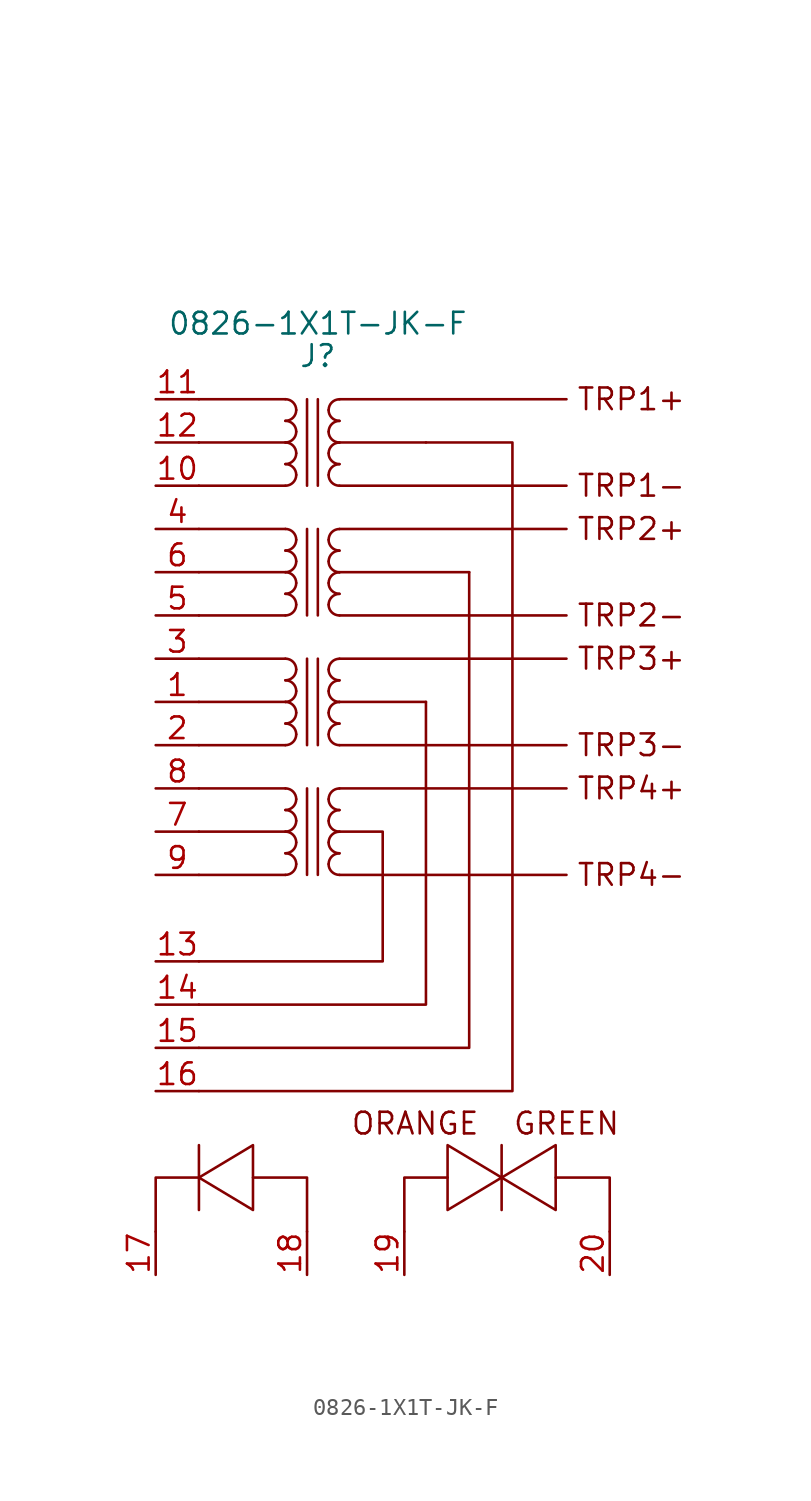
<source format=kicad_sym>
(kicad_symbol_lib
  (version 20200126)
  (host kicad_symbol_editor "5.99.0-unknown-4efed4b~101~ubuntu20.04.1")
  (symbol "h75_poe:0826-1X1T-JK-F"
    (property "Reference" "J"
      (at -2.54 16.51 0))
    (property "Value" "0826-1X1T-JK-F"
      (at -2.54 18.415 0))
    (symbol "0826-1X1T-JK-F_0_1"
      (arc (start -4.445 13.97) (end -3.81 13.335) (radius (at -4.445 13.335) (length 0.635) (angles 90 0)))
      (arc (start -3.81 13.335) (end -4.445 12.7) (radius (at -4.445 13.335) (length 0.635) (angles 0 -90)))
      (arc (start -4.445 12.7) (end -3.81 12.065) (radius (at -4.445 12.065) (length 0.635) (angles 90 0)))
      (arc (start -3.81 12.065) (end -4.445 11.43) (radius (at -4.445 12.065) (length 0.635) (angles 0 -90)))
      (arc (start -4.445 11.43) (end -3.81 10.795) (radius (at -4.445 10.795) (length 0.635) (angles 90 0)))
      (arc (start -3.81 10.795) (end -4.445 10.16) (radius (at -4.445 10.795) (length 0.635) (angles 0 -90)))
      (arc (start -4.445 10.16) (end -3.81 9.525) (radius (at -4.445 9.525) (length 0.635) (angles 90 0)))
      (arc (start -3.81 9.525) (end -4.445 8.89) (radius (at -4.445 9.525) (length 0.635) (angles 0 -90)))
      (arc (start -4.445 6.35) (end -3.81 5.715) (radius (at -4.445 5.715) (length 0.635) (angles 90 0)))
      (arc (start -3.81 5.715) (end -4.445 5.08) (radius (at -4.445 5.715) (length 0.635) (angles 0 -90)))
      (arc (start -4.445 5.08) (end -3.81 4.445) (radius (at -4.445 4.445) (length 0.635) (angles 90 0)))
      (arc (start -3.81 4.445) (end -4.445 3.81) (radius (at -4.445 4.445) (length 0.635) (angles 0 -90)))
      (arc (start -4.445 3.81) (end -3.81 3.175) (radius (at -4.445 3.175) (length 0.635) (angles 90 0)))
      (arc (start -3.81 3.175) (end -4.445 2.54) (radius (at -4.445 3.175) (length 0.635) (angles 0 -90)))
      (arc (start -4.445 2.54) (end -3.81 1.905) (radius (at -4.445 1.905) (length 0.635) (angles 90 0)))
      (arc (start -3.81 1.905) (end -4.445 1.27) (radius (at -4.445 1.905) (length 0.635) (angles 0 -90)))
      (arc (start -4.445 -1.27) (end -3.81 -1.905) (radius (at -4.445 -1.905) (length 0.635) (angles 90 0)))
      (arc (start -3.81 -1.905) (end -4.445 -2.54) (radius (at -4.445 -1.905) (length 0.635) (angles 0 -90)))
      (arc (start -4.445 -2.54) (end -3.81 -3.175) (radius (at -4.445 -3.175) (length 0.635) (angles 90 0)))
      (arc (start -3.81 -3.175) (end -4.445 -3.81) (radius (at -4.445 -3.175) (length 0.635) (angles 0 -90)))
      (arc (start -4.445 -3.81) (end -3.81 -4.445) (radius (at -4.445 -4.445) (length 0.635) (angles 90 0)))
      (arc (start -3.81 -4.445) (end -4.445 -5.08) (radius (at -4.445 -4.445) (length 0.635) (angles 0 -90)))
      (arc (start -4.445 -5.08) (end -3.81 -5.715) (radius (at -4.445 -5.715) (length 0.635) (angles 90 0)))
      (arc (start -3.81 -5.715) (end -4.445 -6.35) (radius (at -4.445 -5.715) (length 0.635) (angles 0 -90)))
      (arc (start -4.445 -8.89) (end -3.81 -9.525) (radius (at -4.445 -9.525) (length 0.635) (angles 90 0)))
      (arc (start -3.81 -9.525) (end -4.445 -10.16) (radius (at -4.445 -9.525) (length 0.635) (angles 0 -90)))
      (arc (start -4.445 -10.16) (end -3.81 -10.795) (radius (at -4.445 -10.795) (length 0.635) (angles 90 0)))
      (arc (start -3.81 -10.795) (end -4.445 -11.43) (radius (at -4.445 -10.795) (length 0.635) (angles 0 -90)))
      (arc (start -4.445 -11.43) (end -3.81 -12.065) (radius (at -4.445 -12.065) (length 0.635) (angles 90 0)))
      (arc (start -3.81 -12.065) (end -4.445 -12.7) (radius (at -4.445 -12.065) (length 0.635) (angles 0 -90)))
      (arc (start -4.445 -12.7) (end -3.81 -13.335) (radius (at -4.445 -13.335) (length 0.635) (angles 90 0)))
      (arc (start -3.81 -13.335) (end -4.445 -13.97) (radius (at -4.445 -13.335) (length 0.635) (angles 0 -90)))
      (arc (start -1.905 13.335) (end -1.27 13.97) (radius (at -1.27 13.335) (length 0.635) (angles 180 90)))
      (arc (start -1.27 12.7) (end -1.905 13.335) (radius (at -1.27 13.335) (length 0.635) (angles -90 180)))
      (arc (start -1.905 12.065) (end -1.27 12.7) (radius (at -1.27 12.065) (length 0.635) (angles 180 90)))
      (arc (start -1.27 11.43) (end -1.905 12.065) (radius (at -1.27 12.065) (length 0.635) (angles -90 180)))
      (arc (start -1.905 10.795) (end -1.27 11.43) (radius (at -1.27 10.795) (length 0.635) (angles 180 90)))
      (arc (start -1.27 10.16) (end -1.905 10.795) (radius (at -1.27 10.795) (length 0.635) (angles -90 180)))
      (arc (start -1.905 9.525) (end -1.27 10.16) (radius (at -1.27 9.525) (length 0.635) (angles 180 90)))
      (arc (start -1.27 8.89) (end -1.905 9.525) (radius (at -1.27 9.525) (length 0.635) (angles -90 180)))
      (arc (start -1.905 5.715) (end -1.27 6.35) (radius (at -1.27 5.715) (length 0.635) (angles 180 90)))
      (arc (start -1.27 5.08) (end -1.905 5.715) (radius (at -1.27 5.715) (length 0.635) (angles -90 180)))
      (arc (start -1.905 4.445) (end -1.27 5.08) (radius (at -1.27 4.445) (length 0.635) (angles 180 90)))
      (arc (start -1.27 3.81) (end -1.905 4.445) (radius (at -1.27 4.445) (length 0.635) (angles -90 180)))
      (arc (start -1.905 3.175) (end -1.27 3.81) (radius (at -1.27 3.175) (length 0.635) (angles 180 90)))
      (arc (start -1.27 2.54) (end -1.905 3.175) (radius (at -1.27 3.175) (length 0.635) (angles -90 180)))
      (arc (start -1.905 1.905) (end -1.27 2.54) (radius (at -1.27 1.905) (length 0.635) (angles 180 90)))
      (arc (start -1.27 1.27) (end -1.905 1.905) (radius (at -1.27 1.905) (length 0.635) (angles -90 180)))
      (arc (start -1.905 -1.905) (end -1.27 -1.27) (radius (at -1.27 -1.905) (length 0.635) (angles 180 90)))
      (arc (start -1.27 -2.54) (end -1.905 -1.905) (radius (at -1.27 -1.905) (length 0.635) (angles -90 180)))
      (arc (start -1.905 -3.175) (end -1.27 -2.54) (radius (at -1.27 -3.175) (length 0.635) (angles 180 90)))
      (arc (start -1.27 -3.81) (end -1.905 -3.175) (radius (at -1.27 -3.175) (length 0.635) (angles -90 180)))
      (arc (start -1.905 -4.445) (end -1.27 -3.81) (radius (at -1.27 -4.445) (length 0.635) (angles 180 90)))
      (arc (start -1.27 -5.08) (end -1.905 -4.445) (radius (at -1.27 -4.445) (length 0.635) (angles -90 180)))
      (arc (start -1.905 -5.715) (end -1.27 -5.08) (radius (at -1.27 -5.715) (length 0.635) (angles 180 90)))
      (arc (start -1.27 -6.35) (end -1.905 -5.715) (radius (at -1.27 -5.715) (length 0.635) (angles -90 180)))
      (arc (start -1.905 -9.525) (end -1.27 -8.89) (radius (at -1.27 -9.525) (length 0.635) (angles 180 90)))
      (arc (start -1.27 -10.16) (end -1.905 -9.525) (radius (at -1.27 -9.525) (length 0.635) (angles -90 180)))
      (arc (start -1.905 -10.795) (end -1.27 -10.16) (radius (at -1.27 -10.795) (length 0.635) (angles 180 90)))
      (arc (start -1.27 -11.43) (end -1.905 -10.795) (radius (at -1.27 -10.795) (length 0.635) (angles -90 180)))
      (arc (start -1.905 -12.065) (end -1.27 -11.43) (radius (at -1.27 -12.065) (length 0.635) (angles 180 90)))
      (arc (start -1.27 -12.7) (end -1.905 -12.065) (radius (at -1.27 -12.065) (length 0.635) (angles -90 180)))
      (arc (start -1.905 -13.335) (end -1.27 -12.7) (radius (at -1.27 -13.335) (length 0.635) (angles 180 90)))
      (arc (start -1.27 -13.97) (end -1.905 -13.335) (radius (at -1.27 -13.335) (length 0.635) (angles -90 180)))
      (polyline (pts (xy -4.445 13.97) (xy -9.525 13.97)))
      (polyline (pts (xy -4.445 11.43) (xy -9.525 11.43)))
      (polyline (pts (xy -4.445 8.89) (xy -9.525 8.89)))
      (polyline (pts (xy -4.445 6.35) (xy -9.525 6.35)))
      (polyline (pts (xy -4.445 3.81) (xy -9.525 3.81)))
      (polyline (pts (xy -4.445 1.27) (xy -9.525 1.27)))
      (polyline (pts (xy -4.445 -1.27) (xy -9.525 -1.27)))
      (polyline (pts (xy -4.445 -3.81) (xy -9.525 -3.81)))
      (polyline (pts (xy -4.445 -6.35) (xy -9.525 -6.35)))
      (polyline (pts (xy -4.445 -8.89) (xy -9.525 -8.89)))
      (polyline (pts (xy -4.445 -11.43) (xy -9.525 -11.43)))
      (polyline (pts (xy -4.445 -13.97) (xy -9.525 -13.97)))
      (polyline (pts (xy -3.175 -8.89) (xy -3.175 -13.97)))
      (polyline (pts (xy -2.54 -8.89) (xy -2.54 -13.97)))
      (polyline (pts (xy -3.175 -1.27) (xy -3.175 -6.35)))
      (polyline (pts (xy -2.54 -1.27) (xy -2.54 -6.35)))
      (polyline (pts (xy -3.175 6.35) (xy -3.175 1.27)))
      (polyline (pts (xy -2.54 6.35) (xy -2.54 1.27)))
      (polyline (pts (xy -3.175 13.97) (xy -3.175 8.89)))
      (polyline (pts (xy -2.54 13.97) (xy -2.54 8.89)))
      (polyline (pts (xy -1.27 13.97) (xy 12.065 13.97)))
      (polyline (pts (xy -1.27 11.43) (xy 3.81 11.43)))
      (polyline (pts (xy -1.27 8.89) (xy 12.065 8.89)))
      (polyline (pts (xy -1.27 6.35) (xy 12.065 6.35)))
      (polyline (pts (xy -1.27 3.81) (xy 6.35 3.81)))
      (polyline (pts (xy -1.27 1.27) (xy 12.065 1.27)))
      (polyline (pts (xy -1.27 -1.27) (xy 12.065 -1.27)))
      (polyline (pts (xy -1.27 -3.81) (xy 3.81 -3.81)))
      (polyline (pts (xy -1.27 -6.35) (xy 12.065 -6.35)))
      (polyline (pts (xy -1.27 -8.89) (xy 12.065 -8.89)))
      (polyline (pts (xy -1.27 -13.97) (xy 12.065 -13.97)))
      (polyline (pts (xy -1.27 -11.43) (xy 1.27 -11.43) (xy 1.27 -19.05) (xy -9.525 -19.05)))
      (polyline (pts (xy 3.81 -3.81) (xy 3.81 -21.59) (xy -9.525 -21.59)))
      (polyline (pts (xy 6.35 3.81) (xy 6.35 -24.13) (xy -9.525 -24.13)))
      (polyline (pts (xy 3.81 11.43) (xy 8.89 11.43) (xy 8.89 -26.67) (xy -9.525 -26.67)))
      (polyline (pts (xy -12.065 -34.925) (xy -12.065 -31.75) (xy -9.525 -31.75)))
      (polyline (pts (xy -9.525 -29.845) (xy -9.525 -33.655)))
      (polyline (pts (xy -9.525 -31.75) (xy -6.35 -29.845) (xy -6.35 -33.655) (xy -9.525 -31.75)))
      (polyline (pts (xy -6.35 -31.75) (xy -3.175 -31.75) (xy -3.175 -34.925)))
      (polyline (pts (xy 2.54 -34.925) (xy 2.54 -31.75) (xy 5.08 -31.75)))
      (polyline (pts (xy 8.255 -29.845) (xy 8.255 -33.655)))
      (polyline (pts (xy 8.255 -31.75) (xy 11.43 -29.845) (xy 11.43 -33.655) (xy 8.255 -31.75)))
      (polyline (pts (xy 11.43 -31.75) (xy 14.605 -31.75) (xy 14.605 -34.925)))
      (polyline (pts (xy 8.255 -31.75) (xy 5.08 -33.655) (xy 5.08 -29.845) (xy 8.255 -31.75))))
    (symbol "0826-1X1T-JK-F_0_0"
      (text "" (at -4.445 13.97 0) (effects (font (size 1.27 1.27))))
      (text "" (at -2.54 16.51 0) (effects (font (size 1.27 1.27))))
      (text "" (at -1.27 16.51 0) (effects (font (size 1.27 1.27))))
      (text "" (at -3.175 14.605 0) (effects (font (size 1.27 1.27))))
      (text "" (at -2.54 16.51 0) (effects (font (size 1.27 1.27))))
      (text "" (at -1.905 17.78 0) (effects (font (size 1.27 1.27))))
      (text "" (at 5.08 -25.4 0) (effects (font (size 1.27 1.27))))
      (text "" (at -10.16 26.67 0) (effects (font (size 1.27 1.27))))
      (text "TRP1+" (at 15.875 13.97 0) (effects (font (size 1.27 1.27))))
      (text "TRP1-" (at 15.875 8.89 0) (effects (font (size 1.27 1.27))))
      (text "TRP2+" (at 15.875 6.35 0) (effects (font (size 1.27 1.27))))
      (text "TRP2-" (at 15.875 1.27 0) (effects (font (size 1.27 1.27))))
      (text "TRP3+" (at 15.875 -1.27 0) (effects (font (size 1.27 1.27))))
      (text "TRP3-" (at 15.875 -6.35 0) (effects (font (size 1.27 1.27))))
      (text "TRP4+" (at 15.875 -8.89 0) (effects (font (size 1.27 1.27))))
      (text "TRP4-" (at 15.875 -13.97 0) (effects (font (size 1.27 1.27))))
      (text "" (at 13.335 -35.56 0) (effects (font (size 1.27 1.27))))
      (text "" (at 9.525 -31.75 0) (effects (font (size 1.27 1.27))))
      (text "" (at 5.715 -3.81 0) (effects (font (size 1.27 1.27))))
      (text "ORANGE" (at 3.175 -28.575 0) (effects (font (size 1.27 1.27))))
      (text "GREEN" (at 12.065 -28.575 0) (effects (font (size 1.27 1.27)))))
    (symbol "0826-1X1T-JK-F_1_1"
      (pin input line (at -12.065 -19.05 0) (length 2.54) (name "~") (number "13"))
      (pin input line (at -12.065 -21.59 0) (length 2.54) (name "~") (number "14"))
      (pin input line (at -12.065 -3.81 0) (length 2.54) (name "~") (number "1"))
      (pin input line (at -12.065 -6.35 0) (length 2.54) (name "~") (number "2"))
      (pin input line (at -12.065 -1.27 0) (length 2.54) (name "~") (number "3"))
      (pin input line (at -12.065 6.35 0) (length 2.54) (name "~") (number "4"))
      (pin input line (at -12.065 1.27 0) (length 2.54) (name "~") (number "5"))
      (pin input line (at -12.065 3.81 0) (length 2.54) (name "~") (number "6"))
      (pin input line (at -12.065 -11.43 0) (length 2.54) (name "~") (number "7"))
      (pin input line (at -12.065 -8.89 0) (length 2.54) (name "~") (number "8"))
      (pin input line (at -12.065 -13.97 0) (length 2.54) (name "~") (number "9"))
      (pin input line (at -12.065 8.89 0) (length 2.54) (name "~") (number "10"))
      (pin input line (at -12.065 13.97 0) (length 2.54) (name "~") (number "11"))
      (pin input line (at -12.065 11.43 0) (length 2.54) (name "~") (number "12"))
      (pin input line (at -12.065 -24.13 0) (length 2.54) (name "~") (number "15"))
      (pin input line (at -12.065 -26.67 0) (length 2.54) (name "~") (number "16"))
      (pin input line (at -12.065 -37.465 90) (length 2.54) (name "~") (number "17"))
      (pin input line (at -3.175 -37.465 90) (length 2.54) (name "~") (number "18"))
      (pin input line (at 2.54 -37.465 90) (length 2.54) (name "~") (number "19"))
      (pin input line (at 14.605 -37.465 90) (length 2.54) (name "~") (number "20")))))
</source>
